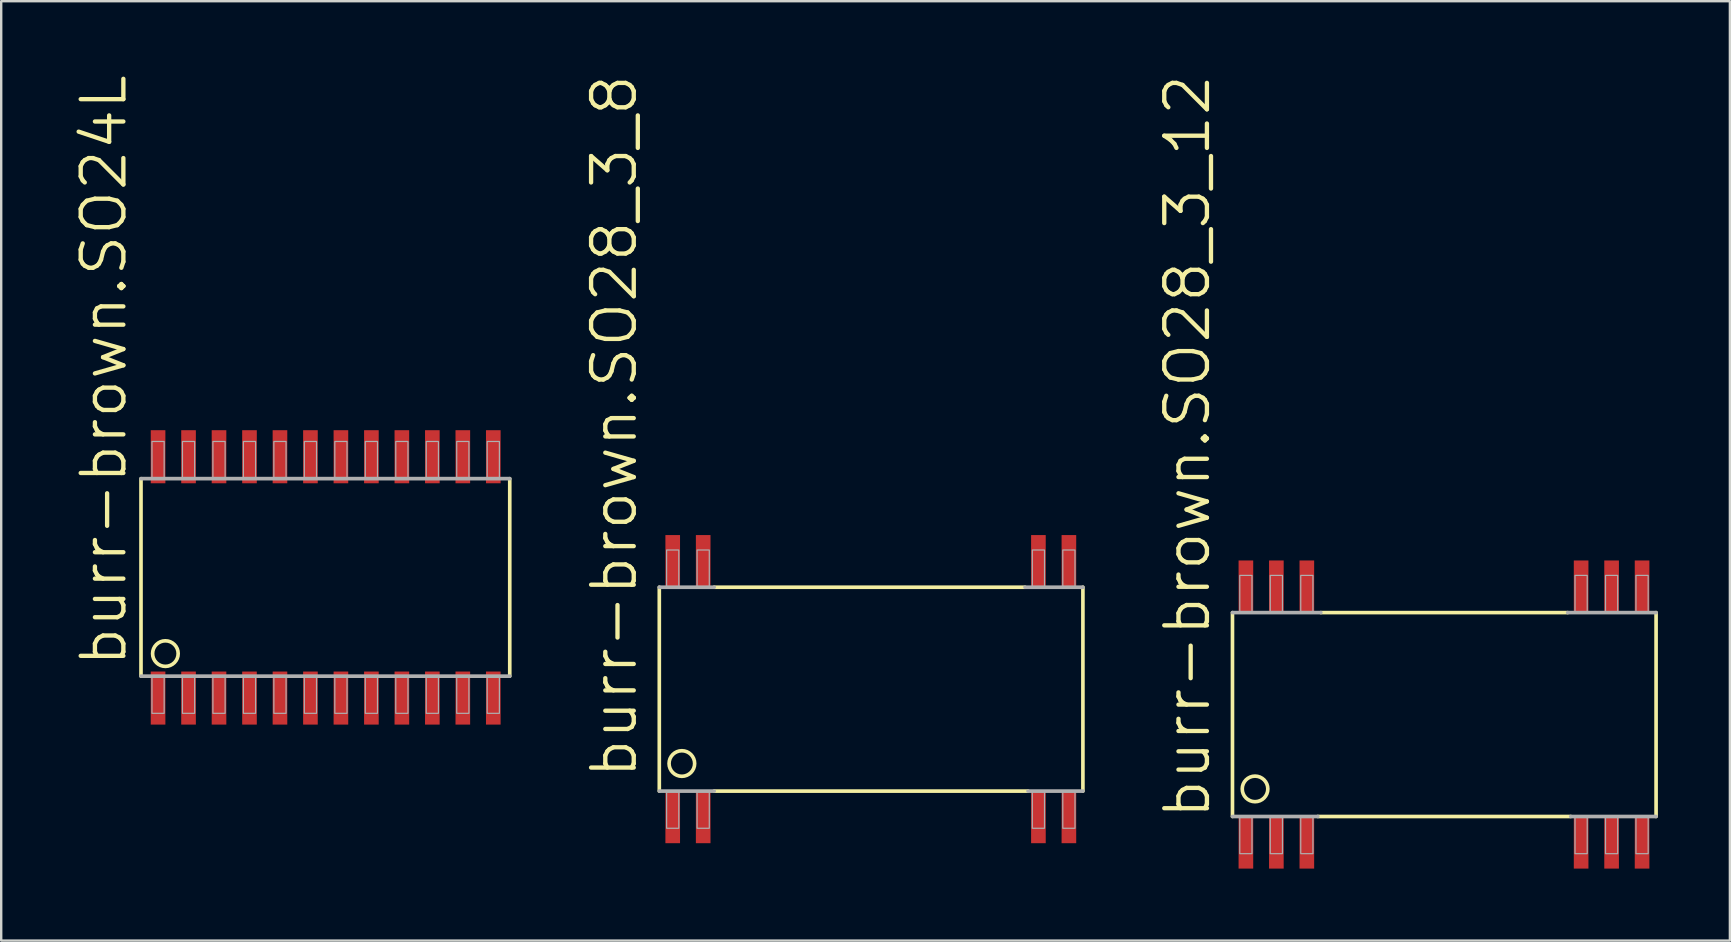
<source format=kicad_pcb>
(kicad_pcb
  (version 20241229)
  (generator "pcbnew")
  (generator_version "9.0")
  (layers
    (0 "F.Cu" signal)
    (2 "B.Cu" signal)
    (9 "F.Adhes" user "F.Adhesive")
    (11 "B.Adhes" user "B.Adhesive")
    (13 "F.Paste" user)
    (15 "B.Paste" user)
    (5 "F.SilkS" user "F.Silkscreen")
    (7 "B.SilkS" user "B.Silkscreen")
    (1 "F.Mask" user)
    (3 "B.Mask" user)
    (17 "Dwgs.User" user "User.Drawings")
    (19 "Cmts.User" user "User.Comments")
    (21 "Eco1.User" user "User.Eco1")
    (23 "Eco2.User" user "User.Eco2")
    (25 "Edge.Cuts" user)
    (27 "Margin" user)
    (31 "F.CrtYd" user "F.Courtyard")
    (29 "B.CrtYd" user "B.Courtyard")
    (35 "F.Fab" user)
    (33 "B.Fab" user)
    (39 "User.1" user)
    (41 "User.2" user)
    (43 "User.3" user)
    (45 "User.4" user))
  (footprint "burr-brown.SO28_3_12"
    (layer "F.Cu")
    (at 57.125 26.727)
    (property "Reference" "burr-brown.SO28_3_12" (at -9.652 4.445 90) (layer "F.SilkS") (effects (font (size 1.778 1.778) (thickness 0.18)) (justify left bottom)))
    (attr smd)
    (fp_line (start -8.814 -4.248) (end -8.814 4.248) (stroke (width 0.152) (type default)) (layer "F.SilkS"))
    (fp_line (start -5.258 4.248) (end 5.283 4.248) (stroke (width 0.152) (type default)) (layer "F.SilkS"))
    (fp_line (start 5.156 -4.248) (end -5.131 -4.248) (stroke (width 0.152) (type default)) (layer "F.SilkS"))
    (fp_line (start 8.839 4.248) (end 8.839 -4.248) (stroke (width 0.152) (type default)) (layer "F.SilkS"))
    (fp_circle (center -7.874 3.099) (end -7.341 3.099) (stroke (width 0.152) (type default)) (fill no) (layer "F.SilkS"))
    (fp_line (start -8.814 4.248) (end -5.258 4.248) (stroke (width 0.152) (type default)) (layer "F.Fab"))
    (fp_line (start -5.131 -4.248) (end -8.814 -4.248) (stroke (width 0.152) (type default)) (layer "F.Fab"))
    (fp_line (start 5.283 4.248) (end 8.839 4.248) (stroke (width 0.152) (type default)) (layer "F.Fab"))
    (fp_line (start 8.839 -4.248) (end 5.156 -4.248) (stroke (width 0.152) (type default)) (layer "F.Fab"))
    (fp_rect (start -8.509 -4.274) (end -8.001 -5.798) (stroke (width 0.05) (type default)) (fill no) (layer "F.Fab"))
    (fp_rect (start -8.509 5.798) (end -8.001 4.274) (stroke (width 0.05) (type default)) (fill no) (layer "F.Fab"))
    (fp_rect (start -7.239 -4.274) (end -6.731 -5.798) (stroke (width 0.05) (type default)) (fill no) (layer "F.Fab"))
    (fp_rect (start -7.239 5.798) (end -6.731 4.274) (stroke (width 0.05) (type default)) (fill no) (layer "F.Fab"))
    (fp_rect (start -5.969 -4.274) (end -5.461 -5.798) (stroke (width 0.05) (type default)) (fill no) (layer "F.Fab"))
    (fp_rect (start -5.969 5.798) (end -5.461 4.274) (stroke (width 0.05) (type default)) (fill no) (layer "F.Fab"))
    (fp_rect (start 5.461 -4.274) (end 5.969 -5.798) (stroke (width 0.05) (type default)) (fill no) (layer "F.Fab"))
    (fp_rect (start 5.461 5.798) (end 5.969 4.274) (stroke (width 0.05) (type default)) (fill no) (layer "F.Fab"))
    (fp_rect (start 6.731 -4.274) (end 7.239 -5.798) (stroke (width 0.05) (type default)) (fill no) (layer "F.Fab"))
    (fp_rect (start 6.731 5.798) (end 7.239 4.274) (stroke (width 0.05) (type default)) (fill no) (layer "F.Fab"))
    (fp_rect (start 8.001 -4.274) (end 8.509 -5.798) (stroke (width 0.05) (type default)) (fill no) (layer "F.Fab"))
    (fp_rect (start 8.001 5.798) (end 8.509 4.274) (stroke (width 0.05) (type default)) (fill no) (layer "F.Fab"))
    (pad "1" smd roundrect (at -8.255 5.315) (size 0.61 2.21) (layers "F.Cu" "F.Mask" "F.Paste") (roundrect_rratio 0.01))
    (pad "2" smd roundrect (at -6.985 5.315) (size 0.61 2.21) (layers "F.Cu" "F.Mask" "F.Paste") (roundrect_rratio 0.01))
    (pad "3" smd roundrect (at -5.715 5.315) (size 0.61 2.21) (layers "F.Cu" "F.Mask" "F.Paste") (roundrect_rratio 0.01))
    (pad "12" smd roundrect (at 5.715 5.315) (size 0.61 2.21) (layers "F.Cu" "F.Mask" "F.Paste") (roundrect_rratio 0.01))
    (pad "13" smd roundrect (at 6.985 5.315) (size 0.61 2.21) (layers "F.Cu" "F.Mask" "F.Paste") (roundrect_rratio 0.01))
    (pad "14" smd roundrect (at 8.255 5.315) (size 0.61 2.21) (layers "F.Cu" "F.Mask" "F.Paste") (roundrect_rratio 0.01))
    (pad "15" smd roundrect (at 8.255 -5.315) (size 0.61 2.21) (layers "F.Cu" "F.Mask" "F.Paste") (roundrect_rratio 0.01))
    (pad "16" smd roundrect (at 6.985 -5.315) (size 0.61 2.21) (layers "F.Cu" "F.Mask" "F.Paste") (roundrect_rratio 0.01))
    (pad "17" smd roundrect (at 5.715 -5.315) (size 0.61 2.21) (layers "F.Cu" "F.Mask" "F.Paste") (roundrect_rratio 0.01))
    (pad "26" smd roundrect (at -5.715 -5.315) (size 0.61 2.21) (layers "F.Cu" "F.Mask" "F.Paste") (roundrect_rratio 0.01))
    (pad "27" smd roundrect (at -6.985 -5.315) (size 0.61 2.21) (layers "F.Cu" "F.Mask" "F.Paste") (roundrect_rratio 0.01))
    (pad "28" smd roundrect (at -8.255 -5.315) (size 0.61 2.21) (layers "F.Cu" "F.Mask" "F.Paste") (roundrect_rratio 0.01)))
  (footprint "burr-brown.SO24L"
    (layer "F.Cu")
    (at 10.522 21.012)
    (property "Reference" "burr-brown.SO24L" (at -8.204 3.81 90) (layer "F.SilkS") (effects (font (size 1.778 1.778) (thickness 0.18)) (justify left bottom)))
    (attr smd)
    (fp_line (start -7.696 -4.115) (end -7.696 4.115) (stroke (width 0.152) (type default)) (layer "F.SilkS"))
    (fp_line (start 7.671 4.115) (end 7.671 -4.115) (stroke (width 0.152) (type default)) (layer "F.SilkS"))
    (fp_circle (center -6.68 3.175) (end -6.147 3.175) (stroke (width 0.152) (type default)) (fill no) (layer "F.SilkS"))
    (fp_line (start -7.696 4.115) (end 7.671 4.115) (stroke (width 0.152) (type default)) (layer "F.Fab"))
    (fp_line (start 7.671 -4.115) (end -7.696 -4.115) (stroke (width 0.152) (type default)) (layer "F.Fab"))
    (fp_rect (start -7.239 -4.14) (end -6.731 -5.664) (stroke (width 0.05) (type default)) (fill no) (layer "F.Fab"))
    (fp_rect (start -7.239 5.664) (end -6.731 4.14) (stroke (width 0.05) (type default)) (fill no) (layer "F.Fab"))
    (fp_rect (start -5.969 -4.14) (end -5.461 -5.664) (stroke (width 0.05) (type default)) (fill no) (layer "F.Fab"))
    (fp_rect (start -5.969 5.664) (end -5.461 4.14) (stroke (width 0.05) (type default)) (fill no) (layer "F.Fab"))
    (fp_rect (start -4.699 -4.14) (end -4.191 -5.664) (stroke (width 0.05) (type default)) (fill no) (layer "F.Fab"))
    (fp_rect (start -4.699 5.664) (end -4.191 4.14) (stroke (width 0.05) (type default)) (fill no) (layer "F.Fab"))
    (fp_rect (start -3.429 -4.14) (end -2.921 -5.664) (stroke (width 0.05) (type default)) (fill no) (layer "F.Fab"))
    (fp_rect (start -3.429 5.664) (end -2.921 4.14) (stroke (width 0.05) (type default)) (fill no) (layer "F.Fab"))
    (fp_rect (start -2.159 -4.14) (end -1.651 -5.664) (stroke (width 0.05) (type default)) (fill no) (layer "F.Fab"))
    (fp_rect (start -2.159 5.664) (end -1.651 4.14) (stroke (width 0.05) (type default)) (fill no) (layer "F.Fab"))
    (fp_rect (start -0.889 -4.14) (end -0.381 -5.664) (stroke (width 0.05) (type default)) (fill no) (layer "F.Fab"))
    (fp_rect (start -0.889 5.664) (end -0.381 4.14) (stroke (width 0.05) (type default)) (fill no) (layer "F.Fab"))
    (fp_rect (start 0.381 -4.14) (end 0.889 -5.664) (stroke (width 0.05) (type default)) (fill no) (layer "F.Fab"))
    (fp_rect (start 0.381 5.664) (end 0.889 4.14) (stroke (width 0.05) (type default)) (fill no) (layer "F.Fab"))
    (fp_rect (start 1.651 -4.14) (end 2.159 -5.664) (stroke (width 0.05) (type default)) (fill no) (layer "F.Fab"))
    (fp_rect (start 1.651 5.664) (end 2.159 4.14) (stroke (width 0.05) (type default)) (fill no) (layer "F.Fab"))
    (fp_rect (start 2.921 -4.14) (end 3.429 -5.664) (stroke (width 0.05) (type default)) (fill no) (layer "F.Fab"))
    (fp_rect (start 2.921 5.664) (end 3.429 4.14) (stroke (width 0.05) (type default)) (fill no) (layer "F.Fab"))
    (fp_rect (start 4.191 -4.14) (end 4.699 -5.664) (stroke (width 0.05) (type default)) (fill no) (layer "F.Fab"))
    (fp_rect (start 4.191 5.664) (end 4.699 4.14) (stroke (width 0.05) (type default)) (fill no) (layer "F.Fab"))
    (fp_rect (start 5.461 -4.14) (end 5.969 -5.664) (stroke (width 0.05) (type default)) (fill no) (layer "F.Fab"))
    (fp_rect (start 5.461 5.664) (end 5.969 4.14) (stroke (width 0.05) (type default)) (fill no) (layer "F.Fab"))
    (fp_rect (start 6.731 -4.14) (end 7.239 -5.664) (stroke (width 0.05) (type default)) (fill no) (layer "F.Fab"))
    (fp_rect (start 6.731 5.664) (end 7.239 4.14) (stroke (width 0.05) (type default)) (fill no) (layer "F.Fab"))
    (pad "1" smd roundrect (at -6.985 5.029) (size 0.61 2.21) (layers "F.Cu" "F.Mask" "F.Paste") (roundrect_rratio 0.01))
    (pad "2" smd roundrect (at -5.715 5.029) (size 0.61 2.21) (layers "F.Cu" "F.Mask" "F.Paste") (roundrect_rratio 0.01))
    (pad "3" smd roundrect (at -4.445 5.029) (size 0.61 2.21) (layers "F.Cu" "F.Mask" "F.Paste") (roundrect_rratio 0.01))
    (pad "4" smd roundrect (at -3.175 5.029) (size 0.61 2.21) (layers "F.Cu" "F.Mask" "F.Paste") (roundrect_rratio 0.01))
    (pad "5" smd roundrect (at -1.905 5.029) (size 0.61 2.21) (layers "F.Cu" "F.Mask" "F.Paste") (roundrect_rratio 0.01))
    (pad "6" smd roundrect (at -0.635 5.029) (size 0.61 2.21) (layers "F.Cu" "F.Mask" "F.Paste") (roundrect_rratio 0.01))
    (pad "7" smd roundrect (at 0.635 5.029) (size 0.61 2.21) (layers "F.Cu" "F.Mask" "F.Paste") (roundrect_rratio 0.01))
    (pad "8" smd roundrect (at 1.905 5.029) (size 0.61 2.21) (layers "F.Cu" "F.Mask" "F.Paste") (roundrect_rratio 0.01))
    (pad "9" smd roundrect (at 3.175 5.029) (size 0.61 2.21) (layers "F.Cu" "F.Mask" "F.Paste") (roundrect_rratio 0.01))
    (pad "10" smd roundrect (at 4.445 5.029) (size 0.61 2.21) (layers "F.Cu" "F.Mask" "F.Paste") (roundrect_rratio 0.01))
    (pad "11" smd roundrect (at 5.715 5.029) (size 0.61 2.21) (layers "F.Cu" "F.Mask" "F.Paste") (roundrect_rratio 0.01))
    (pad "12" smd roundrect (at 6.985 5.029) (size 0.61 2.21) (layers "F.Cu" "F.Mask" "F.Paste") (roundrect_rratio 0.01))
    (pad "13" smd roundrect (at 6.985 -5.029) (size 0.61 2.21) (layers "F.Cu" "F.Mask" "F.Paste") (roundrect_rratio 0.01))
    (pad "14" smd roundrect (at 5.715 -5.029) (size 0.61 2.21) (layers "F.Cu" "F.Mask" "F.Paste") (roundrect_rratio 0.01))
    (pad "15" smd roundrect (at 4.445 -5.029) (size 0.61 2.21) (layers "F.Cu" "F.Mask" "F.Paste") (roundrect_rratio 0.01))
    (pad "16" smd roundrect (at 3.175 -5.029) (size 0.61 2.21) (layers "F.Cu" "F.Mask" "F.Paste") (roundrect_rratio 0.01))
    (pad "17" smd roundrect (at 1.905 -5.029) (size 0.61 2.21) (layers "F.Cu" "F.Mask" "F.Paste") (roundrect_rratio 0.01))
    (pad "18" smd roundrect (at 0.635 -5.029) (size 0.61 2.21) (layers "F.Cu" "F.Mask" "F.Paste") (roundrect_rratio 0.01))
    (pad "19" smd roundrect (at -0.635 -5.029) (size 0.61 2.21) (layers "F.Cu" "F.Mask" "F.Paste") (roundrect_rratio 0.01))
    (pad "20" smd roundrect (at -1.905 -5.029) (size 0.61 2.21) (layers "F.Cu" "F.Mask" "F.Paste") (roundrect_rratio 0.01))
    (pad "21" smd roundrect (at -3.175 -5.029) (size 0.61 2.21) (layers "F.Cu" "F.Mask" "F.Paste") (roundrect_rratio 0.01))
    (pad "22" smd roundrect (at -4.445 -5.029) (size 0.61 2.21) (layers "F.Cu" "F.Mask" "F.Paste") (roundrect_rratio 0.01))
    (pad "23" smd roundrect (at -5.715 -5.029) (size 0.61 2.21) (layers "F.Cu" "F.Mask" "F.Paste") (roundrect_rratio 0.01))
    (pad "24" smd roundrect (at -6.985 -5.029) (size 0.61 2.21) (layers "F.Cu" "F.Mask" "F.Paste") (roundrect_rratio 0.01)))
  (footprint "burr-brown.SO28_3_8"
    (layer "F.Cu")
    (at 33.239 25.669)
    (property "Reference" "burr-brown.SO28_3_8" (at -9.652 3.81 90) (layer "F.SilkS") (effects (font (size 1.778 1.778) (thickness 0.18)) (justify left bottom)))
    (attr smd)
    (fp_line (start -8.814 -4.248) (end -8.814 4.248) (stroke (width 0.152) (type default)) (layer "F.SilkS"))
    (fp_line (start -6.528 4.248) (end 6.553 4.248) (stroke (width 0.152) (type default)) (layer "F.SilkS"))
    (fp_line (start 6.426 -4.248) (end -6.528 -4.248) (stroke (width 0.152) (type default)) (layer "F.SilkS"))
    (fp_line (start 8.839 4.248) (end 8.839 -4.248) (stroke (width 0.152) (type default)) (layer "F.SilkS"))
    (fp_circle (center -7.874 3.099) (end -7.341 3.099) (stroke (width 0.152) (type default)) (fill no) (layer "F.SilkS"))
    (fp_line (start -8.814 4.248) (end -6.528 4.248) (stroke (width 0.152) (type default)) (layer "F.Fab"))
    (fp_line (start -6.528 -4.248) (end -8.814 -4.248) (stroke (width 0.152) (type default)) (layer "F.Fab"))
    (fp_line (start 6.553 4.248) (end 8.839 4.248) (stroke (width 0.152) (type default)) (layer "F.Fab"))
    (fp_line (start 8.839 -4.248) (end 6.426 -4.248) (stroke (width 0.152) (type default)) (layer "F.Fab"))
    (fp_rect (start -8.509 -4.274) (end -8.001 -5.798) (stroke (width 0.05) (type default)) (fill no) (layer "F.Fab"))
    (fp_rect (start -8.509 5.798) (end -8.001 4.274) (stroke (width 0.05) (type default)) (fill no) (layer "F.Fab"))
    (fp_rect (start -7.239 -4.274) (end -6.731 -5.798) (stroke (width 0.05) (type default)) (fill no) (layer "F.Fab"))
    (fp_rect (start -7.239 5.798) (end -6.731 4.274) (stroke (width 0.05) (type default)) (fill no) (layer "F.Fab"))
    (fp_rect (start 6.731 -4.274) (end 7.239 -5.798) (stroke (width 0.05) (type default)) (fill no) (layer "F.Fab"))
    (fp_rect (start 6.731 5.798) (end 7.239 4.274) (stroke (width 0.05) (type default)) (fill no) (layer "F.Fab"))
    (fp_rect (start 8.001 -4.274) (end 8.509 -5.798) (stroke (width 0.05) (type default)) (fill no) (layer "F.Fab"))
    (fp_rect (start 8.001 5.798) (end 8.509 4.274) (stroke (width 0.05) (type default)) (fill no) (layer "F.Fab"))
    (pad "1" smd roundrect (at -8.255 5.315) (size 0.61 2.21) (layers "F.Cu" "F.Mask" "F.Paste") (roundrect_rratio 0.01))
    (pad "2" smd roundrect (at -6.985 5.315) (size 0.61 2.21) (layers "F.Cu" "F.Mask" "F.Paste") (roundrect_rratio 0.01))
    (pad "13" smd roundrect (at 6.985 5.315) (size 0.61 2.21) (layers "F.Cu" "F.Mask" "F.Paste") (roundrect_rratio 0.01))
    (pad "14" smd roundrect (at 8.255 5.315) (size 0.61 2.21) (layers "F.Cu" "F.Mask" "F.Paste") (roundrect_rratio 0.01))
    (pad "15" smd roundrect (at 8.255 -5.315) (size 0.61 2.21) (layers "F.Cu" "F.Mask" "F.Paste") (roundrect_rratio 0.01))
    (pad "16" smd roundrect (at 6.985 -5.315) (size 0.61 2.21) (layers "F.Cu" "F.Mask" "F.Paste") (roundrect_rratio 0.01))
    (pad "27" smd roundrect (at -6.985 -5.315) (size 0.61 2.21) (layers "F.Cu" "F.Mask" "F.Paste") (roundrect_rratio 0.01))
    (pad "28" smd roundrect (at -8.255 -5.315) (size 0.61 2.21) (layers "F.Cu" "F.Mask" "F.Paste") (roundrect_rratio 0.01)))
  (gr_rect
    (start -3 -3)
    (end 69.04 36.147)
    (stroke (width 0.1) (type default))
    (fill no)
    (layer "Edge.Cuts")))
</source>
